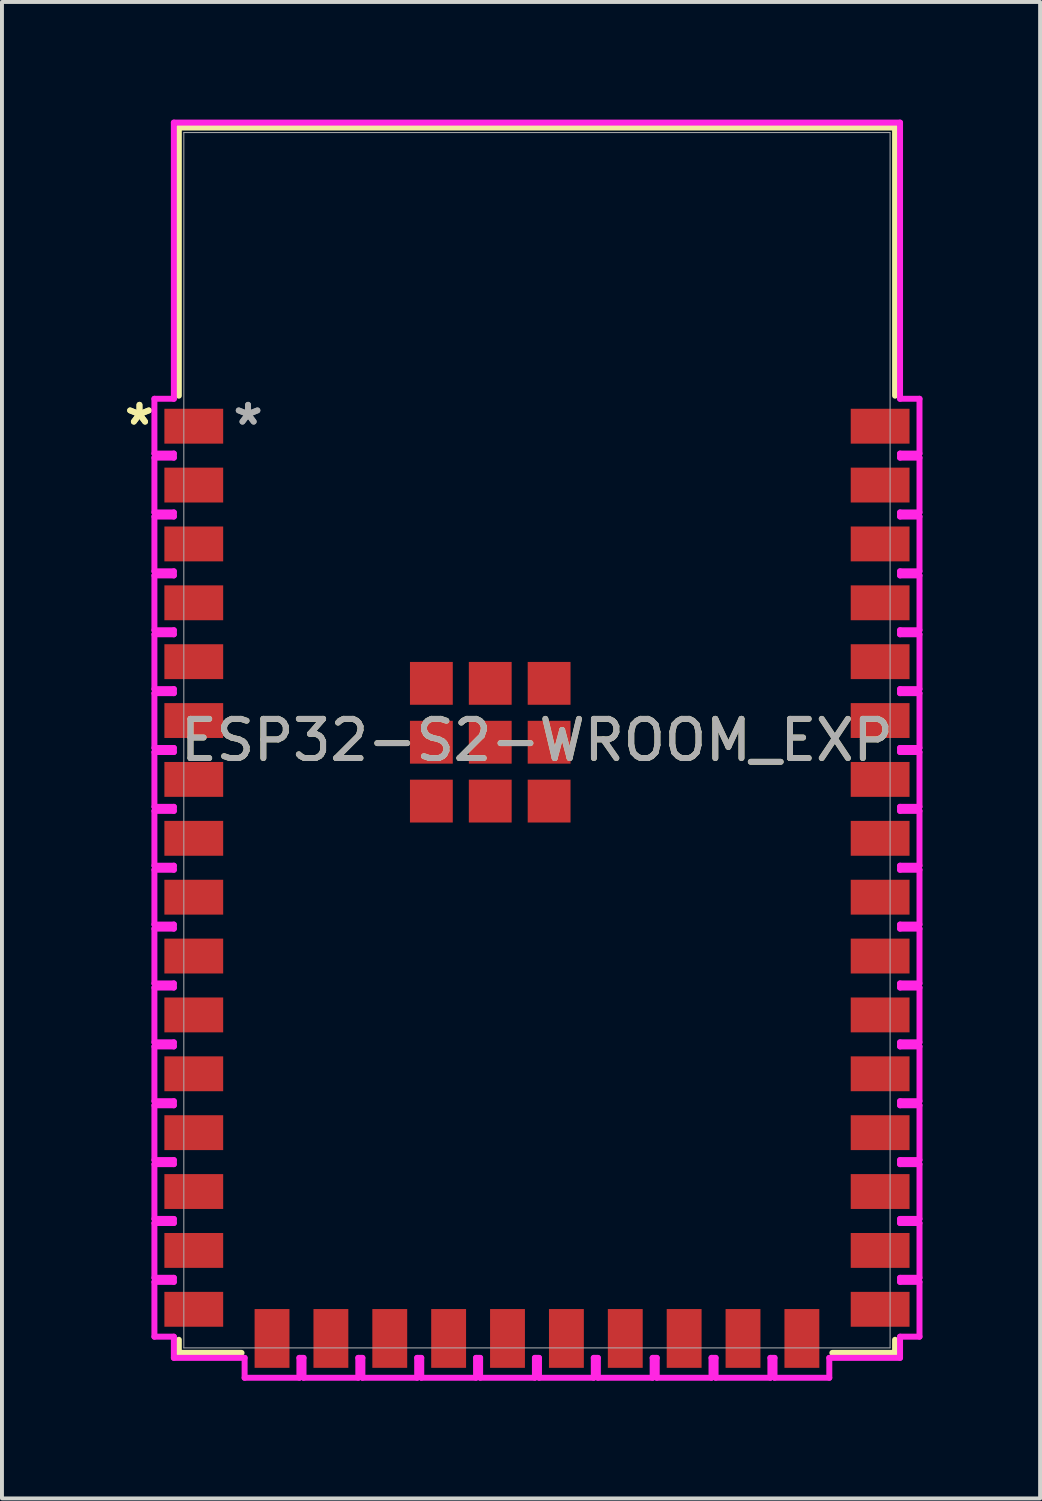
<source format=kicad_pcb>
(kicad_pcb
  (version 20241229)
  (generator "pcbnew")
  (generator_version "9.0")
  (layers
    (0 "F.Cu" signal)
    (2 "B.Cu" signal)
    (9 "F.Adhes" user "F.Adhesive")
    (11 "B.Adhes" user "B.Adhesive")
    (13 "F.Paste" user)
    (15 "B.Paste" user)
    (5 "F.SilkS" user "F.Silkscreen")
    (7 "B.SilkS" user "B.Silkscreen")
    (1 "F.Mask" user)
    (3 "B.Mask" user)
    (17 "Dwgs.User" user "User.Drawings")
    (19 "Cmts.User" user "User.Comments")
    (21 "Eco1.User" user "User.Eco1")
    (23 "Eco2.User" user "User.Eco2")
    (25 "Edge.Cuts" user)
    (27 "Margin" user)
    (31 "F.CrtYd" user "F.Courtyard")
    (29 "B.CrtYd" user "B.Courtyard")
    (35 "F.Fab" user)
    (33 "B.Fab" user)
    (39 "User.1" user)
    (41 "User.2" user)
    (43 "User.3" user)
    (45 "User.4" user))
  (footprint "ESP32-S2-WROOM_EXP"
    (layer "F.Cu")
    (at 10.641 15.824)
    (property "Reference" "ESP32-S2-WROOM_EXP" (at 0 0 0) (unlocked yes) (layer "F.SilkS") (effects (font (size 1 1) (thickness 0.15))))
    (attr smd)
    (fp_line (start -9.131 -15.621) (end 9.131 -15.621) (stroke (width 0.152) (type solid)) (layer "F.SilkS"))
    (fp_line (start -9.131 -8.785) (end -9.131 -15.621) (stroke (width 0.152) (type solid)) (layer "F.SilkS"))
    (fp_line (start -9.131 15.621) (end -9.131 15.287) (stroke (width 0.152) (type solid)) (layer "F.SilkS"))
    (fp_line (start -7.532 15.621) (end -9.131 15.621) (stroke (width 0.152) (type solid)) (layer "F.SilkS"))
    (fp_line (start 9.131 -15.621) (end 9.131 -8.785) (stroke (width 0.152) (type solid)) (layer "F.SilkS"))
    (fp_line (start 9.131 15.287) (end 9.131 15.621) (stroke (width 0.152) (type solid)) (layer "F.SilkS"))
    (fp_line (start 9.131 15.621) (end 7.532 15.621) (stroke (width 0.152) (type solid)) (layer "F.SilkS"))
    (fp_poly (pts (xy -9.004 -15.494) (xy -9.004 -9.5) (xy 9.004 -9.5) (xy 9.004 -15.494)) (stroke (width 0.1) (type solid)) (fill no) (layer "Eco2.User"))
    (fp_line (start -9.754 -8.706) (end -9.754 -7.309) (stroke (width 0.152) (type solid)) (layer "F.CrtYd"))
    (fp_line (start -9.754 -7.309) (end -9.258 -7.309) (stroke (width 0.152) (type solid)) (layer "F.CrtYd"))
    (fp_line (start -9.754 -7.205) (end -9.754 -5.808) (stroke (width 0.152) (type solid)) (layer "F.CrtYd"))
    (fp_line (start -9.754 -5.808) (end -9.258 -5.808) (stroke (width 0.152) (type solid)) (layer "F.CrtYd"))
    (fp_line (start -9.754 -5.704) (end -9.754 -4.307) (stroke (width 0.152) (type solid)) (layer "F.CrtYd"))
    (fp_line (start -9.754 -4.307) (end -9.258 -4.307) (stroke (width 0.152) (type solid)) (layer "F.CrtYd"))
    (fp_line (start -9.754 -4.202) (end -9.754 -2.805) (stroke (width 0.152) (type solid)) (layer "F.CrtYd"))
    (fp_line (start -9.754 -2.805) (end -9.258 -2.805) (stroke (width 0.152) (type solid)) (layer "F.CrtYd"))
    (fp_line (start -9.754 -2.701) (end -9.754 -1.304) (stroke (width 0.152) (type solid)) (layer "F.CrtYd"))
    (fp_line (start -9.754 -1.304) (end -9.258 -1.304) (stroke (width 0.152) (type solid)) (layer "F.CrtYd"))
    (fp_line (start -9.754 -1.2) (end -9.754 0.197) (stroke (width 0.152) (type solid)) (layer "F.CrtYd"))
    (fp_line (start -9.754 0.197) (end -9.258 0.197) (stroke (width 0.152) (type solid)) (layer "F.CrtYd"))
    (fp_line (start -9.754 0.301) (end -9.754 1.698) (stroke (width 0.152) (type solid)) (layer "F.CrtYd"))
    (fp_line (start -9.754 1.698) (end -9.258 1.698) (stroke (width 0.152) (type solid)) (layer "F.CrtYd"))
    (fp_line (start -9.754 1.802) (end -9.754 3.199) (stroke (width 0.152) (type solid)) (layer "F.CrtYd"))
    (fp_line (start -9.754 3.199) (end -9.258 3.199) (stroke (width 0.152) (type solid)) (layer "F.CrtYd"))
    (fp_line (start -9.754 3.303) (end -9.754 4.7) (stroke (width 0.152) (type solid)) (layer "F.CrtYd"))
    (fp_line (start -9.754 4.7) (end -9.258 4.7) (stroke (width 0.152) (type solid)) (layer "F.CrtYd"))
    (fp_line (start -9.754 4.804) (end -9.754 6.201) (stroke (width 0.152) (type solid)) (layer "F.CrtYd"))
    (fp_line (start -9.754 6.201) (end -9.258 6.201) (stroke (width 0.152) (type solid)) (layer "F.CrtYd"))
    (fp_line (start -9.754 6.306) (end -9.754 7.703) (stroke (width 0.152) (type solid)) (layer "F.CrtYd"))
    (fp_line (start -9.754 7.703) (end -9.258 7.703) (stroke (width 0.152) (type solid)) (layer "F.CrtYd"))
    (fp_line (start -9.754 7.807) (end -9.754 9.204) (stroke (width 0.152) (type solid)) (layer "F.CrtYd"))
    (fp_line (start -9.754 9.204) (end -9.258 9.204) (stroke (width 0.152) (type solid)) (layer "F.CrtYd"))
    (fp_line (start -9.754 9.308) (end -9.754 10.705) (stroke (width 0.152) (type solid)) (layer "F.CrtYd"))
    (fp_line (start -9.754 10.705) (end -9.258 10.705) (stroke (width 0.152) (type solid)) (layer "F.CrtYd"))
    (fp_line (start -9.754 10.809) (end -9.754 12.206) (stroke (width 0.152) (type solid)) (layer "F.CrtYd"))
    (fp_line (start -9.754 12.206) (end -9.258 12.206) (stroke (width 0.152) (type solid)) (layer "F.CrtYd"))
    (fp_line (start -9.754 12.31) (end -9.754 13.707) (stroke (width 0.152) (type solid)) (layer "F.CrtYd"))
    (fp_line (start -9.754 13.707) (end -9.258 13.707) (stroke (width 0.152) (type solid)) (layer "F.CrtYd"))
    (fp_line (start -9.754 13.811) (end -9.754 15.208) (stroke (width 0.152) (type solid)) (layer "F.CrtYd"))
    (fp_line (start -9.754 15.208) (end -9.258 15.208) (stroke (width 0.152) (type solid)) (layer "F.CrtYd"))
    (fp_line (start -9.258 -15.748) (end -9.258 -8.706) (stroke (width 0.152) (type solid)) (layer "F.CrtYd"))
    (fp_line (start -9.258 -8.706) (end -9.754 -8.706) (stroke (width 0.152) (type solid)) (layer "F.CrtYd"))
    (fp_line (start -9.258 -7.309) (end -9.258 -7.205) (stroke (width 0.152) (type solid)) (layer "F.CrtYd"))
    (fp_line (start -9.258 -7.205) (end -9.754 -7.205) (stroke (width 0.152) (type solid)) (layer "F.CrtYd"))
    (fp_line (start -9.258 -5.808) (end -9.258 -5.704) (stroke (width 0.152) (type solid)) (layer "F.CrtYd"))
    (fp_line (start -9.258 -5.704) (end -9.754 -5.704) (stroke (width 0.152) (type solid)) (layer "F.CrtYd"))
    (fp_line (start -9.258 -4.307) (end -9.258 -4.202) (stroke (width 0.152) (type solid)) (layer "F.CrtYd"))
    (fp_line (start -9.258 -4.202) (end -9.754 -4.202) (stroke (width 0.152) (type solid)) (layer "F.CrtYd"))
    (fp_line (start -9.258 -2.805) (end -9.258 -2.701) (stroke (width 0.152) (type solid)) (layer "F.CrtYd"))
    (fp_line (start -9.258 -2.701) (end -9.754 -2.701) (stroke (width 0.152) (type solid)) (layer "F.CrtYd"))
    (fp_line (start -9.258 -1.304) (end -9.258 -1.2) (stroke (width 0.152) (type solid)) (layer "F.CrtYd"))
    (fp_line (start -9.258 -1.2) (end -9.754 -1.2) (stroke (width 0.152) (type solid)) (layer "F.CrtYd"))
    (fp_line (start -9.258 0.197) (end -9.258 0.301) (stroke (width 0.152) (type solid)) (layer "F.CrtYd"))
    (fp_line (start -9.258 0.301) (end -9.754 0.301) (stroke (width 0.152) (type solid)) (layer "F.CrtYd"))
    (fp_line (start -9.258 1.698) (end -9.258 1.802) (stroke (width 0.152) (type solid)) (layer "F.CrtYd"))
    (fp_line (start -9.258 1.802) (end -9.754 1.802) (stroke (width 0.152) (type solid)) (layer "F.CrtYd"))
    (fp_line (start -9.258 3.199) (end -9.258 3.303) (stroke (width 0.152) (type solid)) (layer "F.CrtYd"))
    (fp_line (start -9.258 3.303) (end -9.754 3.303) (stroke (width 0.152) (type solid)) (layer "F.CrtYd"))
    (fp_line (start -9.258 4.7) (end -9.258 4.804) (stroke (width 0.152) (type solid)) (layer "F.CrtYd"))
    (fp_line (start -9.258 4.804) (end -9.754 4.804) (stroke (width 0.152) (type solid)) (layer "F.CrtYd"))
    (fp_line (start -9.258 6.201) (end -9.258 6.306) (stroke (width 0.152) (type solid)) (layer "F.CrtYd"))
    (fp_line (start -9.258 6.306) (end -9.754 6.306) (stroke (width 0.152) (type solid)) (layer "F.CrtYd"))
    (fp_line (start -9.258 7.703) (end -9.258 7.807) (stroke (width 0.152) (type solid)) (layer "F.CrtYd"))
    (fp_line (start -9.258 7.807) (end -9.754 7.807) (stroke (width 0.152) (type solid)) (layer "F.CrtYd"))
    (fp_line (start -9.258 9.204) (end -9.258 9.308) (stroke (width 0.152) (type solid)) (layer "F.CrtYd"))
    (fp_line (start -9.258 9.308) (end -9.754 9.308) (stroke (width 0.152) (type solid)) (layer "F.CrtYd"))
    (fp_line (start -9.258 10.705) (end -9.258 10.809) (stroke (width 0.152) (type solid)) (layer "F.CrtYd"))
    (fp_line (start -9.258 10.809) (end -9.754 10.809) (stroke (width 0.152) (type solid)) (layer "F.CrtYd"))
    (fp_line (start -9.258 12.206) (end -9.258 12.31) (stroke (width 0.152) (type solid)) (layer "F.CrtYd"))
    (fp_line (start -9.258 12.31) (end -9.754 12.31) (stroke (width 0.152) (type solid)) (layer "F.CrtYd"))
    (fp_line (start -9.258 13.707) (end -9.258 13.811) (stroke (width 0.152) (type solid)) (layer "F.CrtYd"))
    (fp_line (start -9.258 13.811) (end -9.754 13.811) (stroke (width 0.152) (type solid)) (layer "F.CrtYd"))
    (fp_line (start -9.258 15.208) (end -9.258 15.748) (stroke (width 0.152) (type solid)) (layer "F.CrtYd"))
    (fp_line (start -9.258 15.748) (end -7.454 15.748) (stroke (width 0.152) (type solid)) (layer "F.CrtYd"))
    (fp_line (start -7.454 15.748) (end -7.454 16.256) (stroke (width 0.152) (type solid)) (layer "F.CrtYd"))
    (fp_line (start -7.454 16.256) (end -6.057 16.256) (stroke (width 0.152) (type solid)) (layer "F.CrtYd"))
    (fp_line (start -6.057 15.748) (end -5.952 15.748) (stroke (width 0.152) (type solid)) (layer "F.CrtYd"))
    (fp_line (start -6.057 16.256) (end -6.057 15.748) (stroke (width 0.152) (type solid)) (layer "F.CrtYd"))
    (fp_line (start -5.952 15.748) (end -5.952 16.256) (stroke (width 0.152) (type solid)) (layer "F.CrtYd"))
    (fp_line (start -5.952 16.256) (end -4.555 16.256) (stroke (width 0.152) (type solid)) (layer "F.CrtYd"))
    (fp_line (start -4.555 15.748) (end -4.451 15.748) (stroke (width 0.152) (type solid)) (layer "F.CrtYd"))
    (fp_line (start -4.555 16.256) (end -4.555 15.748) (stroke (width 0.152) (type solid)) (layer "F.CrtYd"))
    (fp_line (start -4.451 15.748) (end -4.451 16.256) (stroke (width 0.152) (type solid)) (layer "F.CrtYd"))
    (fp_line (start -4.451 16.256) (end -3.054 16.256) (stroke (width 0.152) (type solid)) (layer "F.CrtYd"))
    (fp_line (start -3.054 15.748) (end -2.95 15.748) (stroke (width 0.152) (type solid)) (layer "F.CrtYd"))
    (fp_line (start -3.054 16.256) (end -3.054 15.748) (stroke (width 0.152) (type solid)) (layer "F.CrtYd"))
    (fp_line (start -2.95 15.748) (end -2.95 16.256) (stroke (width 0.152) (type solid)) (layer "F.CrtYd"))
    (fp_line (start -2.95 16.256) (end -1.553 16.256) (stroke (width 0.152) (type solid)) (layer "F.CrtYd"))
    (fp_line (start -1.553 15.748) (end -1.449 15.748) (stroke (width 0.152) (type solid)) (layer "F.CrtYd"))
    (fp_line (start -1.553 16.256) (end -1.553 15.748) (stroke (width 0.152) (type solid)) (layer "F.CrtYd"))
    (fp_line (start -1.449 15.748) (end -1.449 16.256) (stroke (width 0.152) (type solid)) (layer "F.CrtYd"))
    (fp_line (start -1.449 16.256) (end -0.052 16.256) (stroke (width 0.152) (type solid)) (layer "F.CrtYd"))
    (fp_line (start -0.052 15.748) (end 0.052 15.748) (stroke (width 0.152) (type solid)) (layer "F.CrtYd"))
    (fp_line (start -0.052 16.256) (end -0.052 15.748) (stroke (width 0.152) (type solid)) (layer "F.CrtYd"))
    (fp_line (start 0.052 15.748) (end 0.052 16.256) (stroke (width 0.152) (type solid)) (layer "F.CrtYd"))
    (fp_line (start 0.052 16.256) (end 1.449 16.256) (stroke (width 0.152) (type solid)) (layer "F.CrtYd"))
    (fp_line (start 1.449 15.748) (end 1.553 15.748) (stroke (width 0.152) (type solid)) (layer "F.CrtYd"))
    (fp_line (start 1.449 16.256) (end 1.449 15.748) (stroke (width 0.152) (type solid)) (layer "F.CrtYd"))
    (fp_line (start 1.553 15.748) (end 1.553 16.256) (stroke (width 0.152) (type solid)) (layer "F.CrtYd"))
    (fp_line (start 1.553 16.256) (end 2.95 16.256) (stroke (width 0.152) (type solid)) (layer "F.CrtYd"))
    (fp_line (start 2.95 15.748) (end 3.054 15.748) (stroke (width 0.152) (type solid)) (layer "F.CrtYd"))
    (fp_line (start 2.95 16.256) (end 2.95 15.748) (stroke (width 0.152) (type solid)) (layer "F.CrtYd"))
    (fp_line (start 3.054 15.748) (end 3.054 16.256) (stroke (width 0.152) (type solid)) (layer "F.CrtYd"))
    (fp_line (start 3.054 16.256) (end 4.451 16.256) (stroke (width 0.152) (type solid)) (layer "F.CrtYd"))
    (fp_line (start 4.451 15.748) (end 4.555 15.748) (stroke (width 0.152) (type solid)) (layer "F.CrtYd"))
    (fp_line (start 4.451 16.256) (end 4.451 15.748) (stroke (width 0.152) (type solid)) (layer "F.CrtYd"))
    (fp_line (start 4.555 15.748) (end 4.555 16.256) (stroke (width 0.152) (type solid)) (layer "F.CrtYd"))
    (fp_line (start 4.555 16.256) (end 5.952 16.256) (stroke (width 0.152) (type solid)) (layer "F.CrtYd"))
    (fp_line (start 5.952 15.748) (end 6.057 15.748) (stroke (width 0.152) (type solid)) (layer "F.CrtYd"))
    (fp_line (start 5.952 16.256) (end 5.952 15.748) (stroke (width 0.152) (type solid)) (layer "F.CrtYd"))
    (fp_line (start 6.057 15.748) (end 6.057 16.256) (stroke (width 0.152) (type solid)) (layer "F.CrtYd"))
    (fp_line (start 6.057 16.256) (end 7.454 16.256) (stroke (width 0.152) (type solid)) (layer "F.CrtYd"))
    (fp_line (start 7.454 15.748) (end 9.258 15.748) (stroke (width 0.152) (type solid)) (layer "F.CrtYd"))
    (fp_line (start 7.454 16.256) (end 7.454 15.748) (stroke (width 0.152) (type solid)) (layer "F.CrtYd"))
    (fp_line (start 9.258 -15.748) (end -9.258 -15.748) (stroke (width 0.152) (type solid)) (layer "F.CrtYd"))
    (fp_line (start 9.258 -8.706) (end 9.258 -15.748) (stroke (width 0.152) (type solid)) (layer "F.CrtYd"))
    (fp_line (start 9.258 -7.309) (end 9.754 -7.309) (stroke (width 0.152) (type solid)) (layer "F.CrtYd"))
    (fp_line (start 9.258 -7.205) (end 9.258 -7.309) (stroke (width 0.152) (type solid)) (layer "F.CrtYd"))
    (fp_line (start 9.258 -5.808) (end 9.754 -5.808) (stroke (width 0.152) (type solid)) (layer "F.CrtYd"))
    (fp_line (start 9.258 -5.704) (end 9.258 -5.808) (stroke (width 0.152) (type solid)) (layer "F.CrtYd"))
    (fp_line (start 9.258 -4.307) (end 9.754 -4.307) (stroke (width 0.152) (type solid)) (layer "F.CrtYd"))
    (fp_line (start 9.258 -4.202) (end 9.258 -4.307) (stroke (width 0.152) (type solid)) (layer "F.CrtYd"))
    (fp_line (start 9.258 -2.805) (end 9.754 -2.805) (stroke (width 0.152) (type solid)) (layer "F.CrtYd"))
    (fp_line (start 9.258 -2.701) (end 9.258 -2.805) (stroke (width 0.152) (type solid)) (layer "F.CrtYd"))
    (fp_line (start 9.258 -1.304) (end 9.754 -1.304) (stroke (width 0.152) (type solid)) (layer "F.CrtYd"))
    (fp_line (start 9.258 -1.2) (end 9.258 -1.304) (stroke (width 0.152) (type solid)) (layer "F.CrtYd"))
    (fp_line (start 9.258 0.197) (end 9.754 0.197) (stroke (width 0.152) (type solid)) (layer "F.CrtYd"))
    (fp_line (start 9.258 0.301) (end 9.258 0.197) (stroke (width 0.152) (type solid)) (layer "F.CrtYd"))
    (fp_line (start 9.258 1.698) (end 9.754 1.698) (stroke (width 0.152) (type solid)) (layer "F.CrtYd"))
    (fp_line (start 9.258 1.802) (end 9.258 1.698) (stroke (width 0.152) (type solid)) (layer "F.CrtYd"))
    (fp_line (start 9.258 3.199) (end 9.754 3.199) (stroke (width 0.152) (type solid)) (layer "F.CrtYd"))
    (fp_line (start 9.258 3.303) (end 9.258 3.199) (stroke (width 0.152) (type solid)) (layer "F.CrtYd"))
    (fp_line (start 9.258 4.7) (end 9.754 4.7) (stroke (width 0.152) (type solid)) (layer "F.CrtYd"))
    (fp_line (start 9.258 4.804) (end 9.258 4.7) (stroke (width 0.152) (type solid)) (layer "F.CrtYd"))
    (fp_line (start 9.258 6.201) (end 9.754 6.201) (stroke (width 0.152) (type solid)) (layer "F.CrtYd"))
    (fp_line (start 9.258 6.306) (end 9.258 6.201) (stroke (width 0.152) (type solid)) (layer "F.CrtYd"))
    (fp_line (start 9.258 7.703) (end 9.754 7.703) (stroke (width 0.152) (type solid)) (layer "F.CrtYd"))
    (fp_line (start 9.258 7.807) (end 9.258 7.703) (stroke (width 0.152) (type solid)) (layer "F.CrtYd"))
    (fp_line (start 9.258 9.204) (end 9.754 9.204) (stroke (width 0.152) (type solid)) (layer "F.CrtYd"))
    (fp_line (start 9.258 9.308) (end 9.258 9.204) (stroke (width 0.152) (type solid)) (layer "F.CrtYd"))
    (fp_line (start 9.258 10.705) (end 9.754 10.705) (stroke (width 0.152) (type solid)) (layer "F.CrtYd"))
    (fp_line (start 9.258 10.809) (end 9.258 10.705) (stroke (width 0.152) (type solid)) (layer "F.CrtYd"))
    (fp_line (start 9.258 12.206) (end 9.754 12.206) (stroke (width 0.152) (type solid)) (layer "F.CrtYd"))
    (fp_line (start 9.258 12.31) (end 9.258 12.206) (stroke (width 0.152) (type solid)) (layer "F.CrtYd"))
    (fp_line (start 9.258 13.707) (end 9.754 13.707) (stroke (width 0.152) (type solid)) (layer "F.CrtYd"))
    (fp_line (start 9.258 13.811) (end 9.258 13.707) (stroke (width 0.152) (type solid)) (layer "F.CrtYd"))
    (fp_line (start 9.258 15.208) (end 9.754 15.208) (stroke (width 0.152) (type solid)) (layer "F.CrtYd"))
    (fp_line (start 9.258 15.748) (end 9.258 15.208) (stroke (width 0.152) (type solid)) (layer "F.CrtYd"))
    (fp_line (start 9.754 -8.706) (end 9.258 -8.706) (stroke (width 0.152) (type solid)) (layer "F.CrtYd"))
    (fp_line (start 9.754 -7.309) (end 9.754 -8.706) (stroke (width 0.152) (type solid)) (layer "F.CrtYd"))
    (fp_line (start 9.754 -7.205) (end 9.258 -7.205) (stroke (width 0.152) (type solid)) (layer "F.CrtYd"))
    (fp_line (start 9.754 -5.808) (end 9.754 -7.205) (stroke (width 0.152) (type solid)) (layer "F.CrtYd"))
    (fp_line (start 9.754 -5.704) (end 9.258 -5.704) (stroke (width 0.152) (type solid)) (layer "F.CrtYd"))
    (fp_line (start 9.754 -4.307) (end 9.754 -5.704) (stroke (width 0.152) (type solid)) (layer "F.CrtYd"))
    (fp_line (start 9.754 -4.202) (end 9.258 -4.202) (stroke (width 0.152) (type solid)) (layer "F.CrtYd"))
    (fp_line (start 9.754 -2.805) (end 9.754 -4.202) (stroke (width 0.152) (type solid)) (layer "F.CrtYd"))
    (fp_line (start 9.754 -2.701) (end 9.258 -2.701) (stroke (width 0.152) (type solid)) (layer "F.CrtYd"))
    (fp_line (start 9.754 -1.304) (end 9.754 -2.701) (stroke (width 0.152) (type solid)) (layer "F.CrtYd"))
    (fp_line (start 9.754 -1.2) (end 9.258 -1.2) (stroke (width 0.152) (type solid)) (layer "F.CrtYd"))
    (fp_line (start 9.754 0.197) (end 9.754 -1.2) (stroke (width 0.152) (type solid)) (layer "F.CrtYd"))
    (fp_line (start 9.754 0.301) (end 9.258 0.301) (stroke (width 0.152) (type solid)) (layer "F.CrtYd"))
    (fp_line (start 9.754 1.698) (end 9.754 0.301) (stroke (width 0.152) (type solid)) (layer "F.CrtYd"))
    (fp_line (start 9.754 1.802) (end 9.258 1.802) (stroke (width 0.152) (type solid)) (layer "F.CrtYd"))
    (fp_line (start 9.754 3.199) (end 9.754 1.802) (stroke (width 0.152) (type solid)) (layer "F.CrtYd"))
    (fp_line (start 9.754 3.303) (end 9.258 3.303) (stroke (width 0.152) (type solid)) (layer "F.CrtYd"))
    (fp_line (start 9.754 4.7) (end 9.754 3.303) (stroke (width 0.152) (type solid)) (layer "F.CrtYd"))
    (fp_line (start 9.754 4.804) (end 9.258 4.804) (stroke (width 0.152) (type solid)) (layer "F.CrtYd"))
    (fp_line (start 9.754 6.201) (end 9.754 4.804) (stroke (width 0.152) (type solid)) (layer "F.CrtYd"))
    (fp_line (start 9.754 6.306) (end 9.258 6.306) (stroke (width 0.152) (type solid)) (layer "F.CrtYd"))
    (fp_line (start 9.754 7.703) (end 9.754 6.306) (stroke (width 0.152) (type solid)) (layer "F.CrtYd"))
    (fp_line (start 9.754 7.807) (end 9.258 7.807) (stroke (width 0.152) (type solid)) (layer "F.CrtYd"))
    (fp_line (start 9.754 9.204) (end 9.754 7.807) (stroke (width 0.152) (type solid)) (layer "F.CrtYd"))
    (fp_line (start 9.754 9.308) (end 9.258 9.308) (stroke (width 0.152) (type solid)) (layer "F.CrtYd"))
    (fp_line (start 9.754 10.705) (end 9.754 9.308) (stroke (width 0.152) (type solid)) (layer "F.CrtYd"))
    (fp_line (start 9.754 10.809) (end 9.258 10.809) (stroke (width 0.152) (type solid)) (layer "F.CrtYd"))
    (fp_line (start 9.754 12.206) (end 9.754 10.809) (stroke (width 0.152) (type solid)) (layer "F.CrtYd"))
    (fp_line (start 9.754 12.31) (end 9.258 12.31) (stroke (width 0.152) (type solid)) (layer "F.CrtYd"))
    (fp_line (start 9.754 13.707) (end 9.754 12.31) (stroke (width 0.152) (type solid)) (layer "F.CrtYd"))
    (fp_line (start 9.754 13.811) (end 9.258 13.811) (stroke (width 0.152) (type solid)) (layer "F.CrtYd"))
    (fp_line (start 9.754 15.208) (end 9.754 13.811) (stroke (width 0.152) (type solid)) (layer "F.CrtYd"))
    (fp_line (start -9.004 -15.494) (end -9.004 15.494) (stroke (width 0.025) (type solid)) (layer "F.Fab"))
    (fp_line (start -9.004 15.494) (end 9.004 15.494) (stroke (width 0.025) (type solid)) (layer "F.Fab"))
    (fp_line (start 9.004 -15.494) (end -9.004 -15.494) (stroke (width 0.025) (type solid)) (layer "F.Fab"))
    (fp_line (start 9.004 15.494) (end 9.004 -15.494) (stroke (width 0.025) (type solid)) (layer "F.Fab"))
    (fp_text user "*" (at -10.135 -8.007 0) (layer "F.SilkS") (effects (font (size 1 1) (thickness 0.15))))
    (fp_text user "*" (at -10.135 -8.007 0) (unlocked yes) (layer "F.SilkS") (effects (font (size 1 1) (thickness 0.15))))
    (fp_text user "${REFERENCE}" (at 0 0 0) (unlocked yes) (layer "F.Fab") (effects (font (size 1 1) (thickness 0.15))))
    (fp_text user "*" (at -7.366 -8.007 0) (unlocked yes) (layer "F.Fab") (effects (font (size 1 1) (thickness 0.15))))
    (fp_text user "*" (at -7.366 -8.007 0) (layer "F.Fab") (effects (font (size 1 1) (thickness 0.15))))
    (pad "1" smd rect (at -8.75 -8.007) (size 1.499 0.889) (layers "F.Cu" "F.Mask" "F.Paste"))
    (pad "2" smd rect (at -8.75 -6.506) (size 1.499 0.889) (layers "F.Cu" "F.Mask" "F.Paste"))
    (pad "3" smd rect (at -8.75 -5.005) (size 1.499 0.889) (layers "F.Cu" "F.Mask" "F.Paste"))
    (pad "4" smd rect (at -8.75 -3.504) (size 1.499 0.889) (layers "F.Cu" "F.Mask" "F.Paste"))
    (pad "5" smd rect (at -8.75 -2.003) (size 1.499 0.889) (layers "F.Cu" "F.Mask" "F.Paste"))
    (pad "6" smd rect (at -8.75 -0.502) (size 1.499 0.889) (layers "F.Cu" "F.Mask" "F.Paste"))
    (pad "7" smd rect (at -8.75 0.999) (size 1.499 0.889) (layers "F.Cu" "F.Mask" "F.Paste"))
    (pad "8" smd rect (at -8.75 2.501) (size 1.499 0.889) (layers "F.Cu" "F.Mask" "F.Paste"))
    (pad "9" smd rect (at -8.75 4.002) (size 1.499 0.889) (layers "F.Cu" "F.Mask" "F.Paste"))
    (pad "10" smd rect (at -8.75 5.503) (size 1.499 0.889) (layers "F.Cu" "F.Mask" "F.Paste"))
    (pad "11" smd rect (at -8.75 7.004) (size 1.499 0.889) (layers "F.Cu" "F.Mask" "F.Paste"))
    (pad "12" smd rect (at -8.75 8.505) (size 1.499 0.889) (layers "F.Cu" "F.Mask" "F.Paste"))
    (pad "13" smd rect (at -8.75 10.006) (size 1.499 0.889) (layers "F.Cu" "F.Mask" "F.Paste"))
    (pad "14" smd rect (at -8.75 11.507) (size 1.499 0.889) (layers "F.Cu" "F.Mask" "F.Paste"))
    (pad "15" smd rect (at -8.75 13.009) (size 1.499 0.889) (layers "F.Cu" "F.Mask" "F.Paste"))
    (pad "16" smd rect (at -8.75 14.51) (size 1.499 0.889) (layers "F.Cu" "F.Mask" "F.Paste"))
    (pad "17" smd rect (at -6.755 15.253 90) (size 1.499 0.889) (layers "F.Cu" "F.Mask" "F.Paste"))
    (pad "18" smd rect (at -5.254 15.253 90) (size 1.499 0.889) (layers "F.Cu" "F.Mask" "F.Paste"))
    (pad "19" smd rect (at -3.753 15.253 90) (size 1.499 0.889) (layers "F.Cu" "F.Mask" "F.Paste"))
    (pad "20" smd rect (at -2.252 15.253 90) (size 1.499 0.889) (layers "F.Cu" "F.Mask" "F.Paste"))
    (pad "21" smd rect (at -0.751 15.253 90) (size 1.499 0.889) (layers "F.Cu" "F.Mask" "F.Paste"))
    (pad "22" smd rect (at 0.751 15.253 90) (size 1.499 0.889) (layers "F.Cu" "F.Mask" "F.Paste"))
    (pad "23" smd rect (at 2.252 15.253 90) (size 1.499 0.889) (layers "F.Cu" "F.Mask" "F.Paste"))
    (pad "24" smd rect (at 3.753 15.253 90) (size 1.499 0.889) (layers "F.Cu" "F.Mask" "F.Paste"))
    (pad "25" smd rect (at 5.254 15.253 90) (size 1.499 0.889) (layers "F.Cu" "F.Mask" "F.Paste"))
    (pad "26" smd rect (at 6.755 15.253 90) (size 1.499 0.889) (layers "F.Cu" "F.Mask" "F.Paste"))
    (pad "27" smd rect (at 8.75 14.51) (size 1.499 0.889) (layers "F.Cu" "F.Mask" "F.Paste"))
    (pad "28" smd rect (at 8.75 13.009) (size 1.499 0.889) (layers "F.Cu" "F.Mask" "F.Paste"))
    (pad "29" smd rect (at 8.75 11.507) (size 1.499 0.889) (layers "F.Cu" "F.Mask" "F.Paste"))
    (pad "30" smd rect (at 8.75 10.006) (size 1.499 0.889) (layers "F.Cu" "F.Mask" "F.Paste"))
    (pad "31" smd rect (at 8.75 8.505) (size 1.499 0.889) (layers "F.Cu" "F.Mask" "F.Paste"))
    (pad "32" smd rect (at 8.75 7.004) (size 1.499 0.889) (layers "F.Cu" "F.Mask" "F.Paste"))
    (pad "33" smd rect (at 8.75 5.503) (size 1.499 0.889) (layers "F.Cu" "F.Mask" "F.Paste"))
    (pad "34" smd rect (at 8.75 4.002) (size 1.499 0.889) (layers "F.Cu" "F.Mask" "F.Paste"))
    (pad "35" smd rect (at 8.75 2.501) (size 1.499 0.889) (layers "F.Cu" "F.Mask" "F.Paste"))
    (pad "36" smd rect (at 8.75 0.999) (size 1.499 0.889) (layers "F.Cu" "F.Mask" "F.Paste"))
    (pad "37" smd rect (at 8.75 -0.502) (size 1.499 0.889) (layers "F.Cu" "F.Mask" "F.Paste"))
    (pad "38" smd rect (at 8.75 -2.003) (size 1.499 0.889) (layers "F.Cu" "F.Mask" "F.Paste"))
    (pad "39" smd rect (at 8.75 -3.504) (size 1.499 0.889) (layers "F.Cu" "F.Mask" "F.Paste"))
    (pad "40" smd rect (at 8.75 -5.005) (size 1.499 0.889) (layers "F.Cu" "F.Mask" "F.Paste"))
    (pad "41" smd rect (at 8.75 -6.506) (size 1.499 0.889) (layers "F.Cu" "F.Mask" "F.Paste"))
    (pad "42" smd rect (at 8.75 -8.007) (size 1.499 0.889) (layers "F.Cu" "F.Mask" "F.Paste"))
    (pad "43" smd rect (at -1.191 0.051) (size 1.092 1.092) (layers "F.Cu" "F.Mask" "F.Paste"))
    (pad "44" smd rect (at -2.692 -1.45) (size 1.092 1.092) (layers "F.Cu" "F.Mask" "F.Paste"))
    (pad "45" smd rect (at -2.692 0.051) (size 1.092 1.092) (layers "F.Cu" "F.Mask" "F.Paste"))
    (pad "46" smd rect (at -2.692 1.552) (size 1.092 1.092) (layers "F.Cu" "F.Mask" "F.Paste"))
    (pad "47" smd rect (at -1.191 1.552) (size 1.092 1.092) (layers "F.Cu" "F.Mask" "F.Paste"))
    (pad "48" smd rect (at 0.31 1.552) (size 1.092 1.092) (layers "F.Cu" "F.Mask" "F.Paste"))
    (pad "49" smd rect (at 0.31 0.051) (size 1.092 1.092) (layers "F.Cu" "F.Mask" "F.Paste"))
    (pad "50" smd rect (at 0.31 -1.45) (size 1.092 1.092) (layers "F.Cu" "F.Mask" "F.Paste"))
    (pad "51" smd rect (at -1.191 -1.45) (size 1.092 1.092) (layers "F.Cu" "F.Mask" "F.Paste")))
  (gr_rect
    (start -3 -3)
    (end 23.47 35.156)
    (stroke (width 0.1) (type default))
    (fill no)
    (layer "Edge.Cuts")))
</source>
